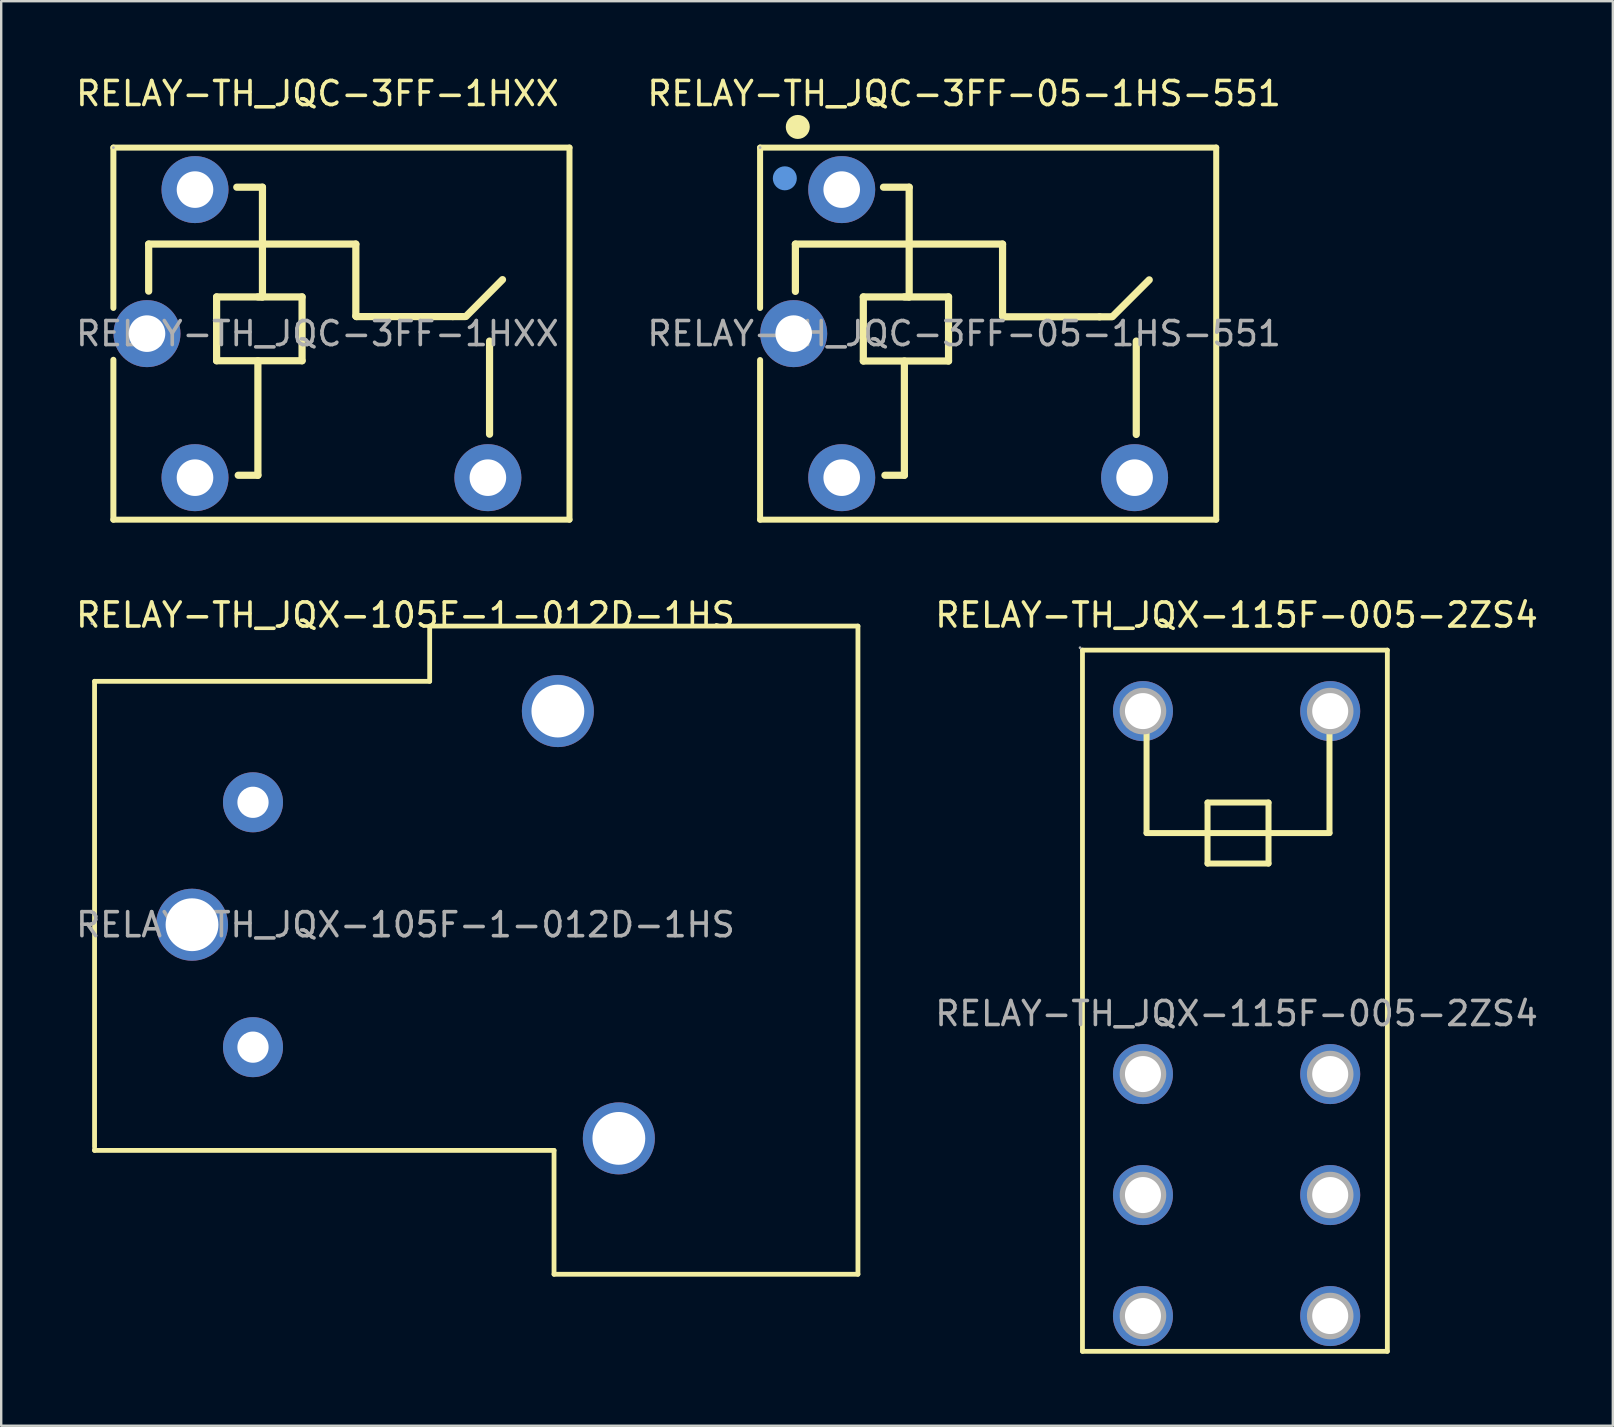
<source format=kicad_pcb>
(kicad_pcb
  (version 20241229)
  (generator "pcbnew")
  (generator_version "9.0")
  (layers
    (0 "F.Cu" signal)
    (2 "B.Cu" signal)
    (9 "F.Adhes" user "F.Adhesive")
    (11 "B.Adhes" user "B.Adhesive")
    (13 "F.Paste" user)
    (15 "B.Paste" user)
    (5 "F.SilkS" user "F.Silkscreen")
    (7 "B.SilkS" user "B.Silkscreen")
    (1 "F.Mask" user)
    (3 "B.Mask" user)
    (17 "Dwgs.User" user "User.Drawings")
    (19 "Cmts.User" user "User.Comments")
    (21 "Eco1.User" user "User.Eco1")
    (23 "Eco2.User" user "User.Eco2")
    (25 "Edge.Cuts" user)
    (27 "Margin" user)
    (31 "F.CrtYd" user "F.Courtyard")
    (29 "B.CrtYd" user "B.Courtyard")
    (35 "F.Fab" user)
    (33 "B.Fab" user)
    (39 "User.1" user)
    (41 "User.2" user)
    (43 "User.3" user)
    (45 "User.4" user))
  (footprint "RELAY-TH_JQX-115F-005-2ZS4"
    (layer "F.Cu")
    (at 48.462 39.172)
    (property "Reference" "RELAY-TH_JQX-115F-005-2ZS4" (at 0 -16.6 0) (layer "F.SilkS") (effects (font (size 1 1) (thickness 0.15))))
    (attr through_hole)
    (fp_line (start -6.42 -15.14) (end -6.42 14.07) (stroke (width 0.2) (type solid)) (layer "F.SilkS"))
    (fp_line (start -6.42 14.07) (end 6.28 14.07) (stroke (width 0.2) (type solid)) (layer "F.SilkS"))
    (fp_line (start -3.75 -12.6) (end -3.75 -7.52) (stroke (width 0.25) (type solid)) (layer "F.SilkS"))
    (fp_line (start -3.75 -7.52) (end 3.87 -7.52) (stroke (width 0.25) (type solid)) (layer "F.SilkS"))
    (fp_line (start -1.21 -8.79) (end -1.21 -6.25) (stroke (width 0.25) (type solid)) (layer "F.SilkS"))
    (fp_line (start -1.21 -6.25) (end 1.33 -6.25) (stroke (width 0.25) (type solid)) (layer "F.SilkS"))
    (fp_line (start 1.33 -8.79) (end -1.21 -8.79) (stroke (width 0.25) (type solid)) (layer "F.SilkS"))
    (fp_line (start 1.33 -6.25) (end 1.33 -8.79) (stroke (width 0.25) (type solid)) (layer "F.SilkS"))
    (fp_line (start 3.87 -7.52) (end 3.87 -12.6) (stroke (width 0.25) (type solid)) (layer "F.SilkS"))
    (fp_line (start 6.28 -15.14) (end -6.42 -15.14) (stroke (width 0.2) (type solid)) (layer "F.SilkS"))
    (fp_line (start 6.28 14.07) (end 6.28 -15.14) (stroke (width 0.2) (type solid)) (layer "F.SilkS"))
    (fp_circle (center -6.52 -15.24) (end -6.49 -15.24) (stroke (width 0.06) (type solid)) (fill no) (layer "F.Fab"))
    (fp_circle (center -3.9 -12.6) (end -3.58 -12.6) (stroke (width 0.65) (type solid)) (fill no) (layer "F.Fab"))
    (fp_circle (center -3.9 2.52) (end -3.58 2.52) (stroke (width 0.65) (type solid)) (fill no) (layer "F.Fab"))
    (fp_circle (center -3.9 7.56) (end -3.58 7.56) (stroke (width 0.65) (type solid)) (fill no) (layer "F.Fab"))
    (fp_circle (center -3.9 12.6) (end -3.58 12.6) (stroke (width 0.65) (type solid)) (fill no) (layer "F.Fab"))
    (fp_circle (center 3.9 -12.6) (end 4.22 -12.6) (stroke (width 0.65) (type solid)) (fill no) (layer "F.Fab"))
    (fp_circle (center 3.9 2.52) (end 4.22 2.52) (stroke (width 0.65) (type solid)) (fill no) (layer "F.Fab"))
    (fp_circle (center 3.9 7.56) (end 4.22 7.56) (stroke (width 0.65) (type solid)) (fill no) (layer "F.Fab"))
    (fp_circle (center 3.9 12.6) (end 4.22 12.6) (stroke (width 0.65) (type solid)) (fill no) (layer "F.Fab"))
    (fp_text user "${REFERENCE}" (at 0 0 0) (layer "F.Fab") (effects (font (size 1 1) (thickness 0.15))))
    (pad "1" thru_hole circle (at -3.9 -12.6 270) (size 2.5 2.5) (drill 1.5) (layers "*.Cu" "*.Paste" "*.Mask"))
    (pad "2" thru_hole circle (at 3.9 -12.6 270) (size 2.5 2.5) (drill 1.5) (layers "*.Cu" "*.Paste" "*.Mask"))
    (pad "3" thru_hole circle (at -3.9 2.52 270) (size 2.5 2.5) (drill 1.5) (layers "*.Cu" "*.Paste" "*.Mask"))
    (pad "4" thru_hole circle (at 3.9 2.52 270) (size 2.5 2.5) (drill 1.5) (layers "*.Cu" "*.Paste" "*.Mask"))
    (pad "5" thru_hole circle (at -3.9 7.56 270) (size 2.5 2.5) (drill 1.5) (layers "*.Cu" "*.Paste" "*.Mask"))
    (pad "6" thru_hole circle (at 3.9 7.56 270) (size 2.5 2.5) (drill 1.5) (layers "*.Cu" "*.Paste" "*.Mask"))
    (pad "7" thru_hole circle (at -3.9 12.6 270) (size 2.5 2.5) (drill 1.5) (layers "*.Cu" "*.Paste" "*.Mask"))
    (pad "8" thru_hole circle (at 3.9 12.6 270) (size 2.5 2.5) (drill 1.5) (layers "*.Cu" "*.Paste" "*.Mask")))
  (footprint "RELAY-TH_JQC-3FF-05-1HS-551"
    (layer "F.Cu")
    (at 37.113 10.848)
    (property "Reference" "RELAY-TH_JQC-3FF-05-1HS-551" (at 0 -10 0) (layer "F.SilkS") (effects (font (size 1 1) (thickness 0.15))))
    (attr through_hole)
    (fp_line (start -8.5 -1.07) (end -8.5 -7.75) (stroke (width 0.25) (type solid)) (layer "F.SilkS"))
    (fp_line (start -8.5 7.75) (end -8.5 1.1) (stroke (width 0.25) (type solid)) (layer "F.SilkS"))
    (fp_line (start -7.03 -3.73) (end 1.6 -3.73) (stroke (width 0.3) (type solid)) (layer "F.SilkS"))
    (fp_line (start -7.03 -1.76) (end -7.03 -3.73) (stroke (width 0.3) (type solid)) (layer "F.SilkS"))
    (fp_line (start -4.2 -1.53) (end -2.29 -1.53) (stroke (width 0.3) (type solid)) (layer "F.SilkS"))
    (fp_line (start -4.2 1.14) (end -4.2 -1.53) (stroke (width 0.3) (type solid)) (layer "F.SilkS"))
    (fp_line (start -3.3 5.9) (end -2.49 5.9) (stroke (width 0.3) (type solid)) (layer "F.SilkS"))
    (fp_line (start -2.49 -1.53) (end -0.65 -1.53) (stroke (width 0.3) (type solid)) (layer "F.SilkS"))
    (fp_line (start -2.49 5.9) (end -2.49 1.14) (stroke (width 0.3) (type solid)) (layer "F.SilkS"))
    (fp_line (start -2.29 -6.1) (end -3.36 -6.1) (stroke (width 0.3) (type solid)) (layer "F.SilkS"))
    (fp_line (start -2.29 -1.53) (end -2.29 -6.1) (stroke (width 0.3) (type solid)) (layer "F.SilkS"))
    (fp_line (start -0.65 -1.53) (end -0.65 1.14) (stroke (width 0.3) (type solid)) (layer "F.SilkS"))
    (fp_line (start -0.65 1.14) (end -4.2 1.14) (stroke (width 0.3) (type solid)) (layer "F.SilkS"))
    (fp_line (start 1.6 -3.73) (end 1.6 -0.73) (stroke (width 0.3) (type solid)) (layer "F.SilkS"))
    (fp_line (start 1.6 -0.73) (end 1.63 -0.7) (stroke (width 0.3) (type solid)) (layer "F.SilkS"))
    (fp_line (start 1.63 -0.7) (end 5.64 -0.7) (stroke (width 0.3) (type solid)) (layer "F.SilkS"))
    (fp_line (start 5.64 -0.7) (end 6.15 -0.7) (stroke (width 0.3) (type solid)) (layer "F.SilkS"))
    (fp_line (start 6.19 -0.72) (end 7.71 -2.24) (stroke (width 0.3) (type solid)) (layer "F.SilkS"))
    (fp_line (start 7.17 4.2) (end 7.17 0.31) (stroke (width 0.3) (type solid)) (layer "F.SilkS"))
    (fp_line (start 10.5 -7.75) (end -8.5 -7.75) (stroke (width 0.25) (type solid)) (layer "F.SilkS"))
    (fp_line (start 10.5 7.75) (end -8.5 7.75) (stroke (width 0.25) (type solid)) (layer "F.SilkS"))
    (fp_line (start 10.5 7.75) (end 10.5 -7.75) (stroke (width 0.25) (type solid)) (layer "F.SilkS"))
    (fp_circle (center -6.93 -8.61) (end -6.68 -8.61) (stroke (width 0.5) (type solid)) (fill no) (layer "F.SilkS"))
    (fp_circle (center -7.47 -6.47) (end -7.22 -6.47) (stroke (width 0.5) (type solid)) (fill no) (layer "Cmts.User"))
    (fp_circle (center -8.5 -7.75) (end -8.47 -7.75) (stroke (width 0.06) (type solid)) (fill no) (layer "F.Fab"))
    (fp_text user "${REFERENCE}" (at 0 0 0) (layer "F.Fab") (effects (font (size 1 1) (thickness 0.15))))
    (pad "1" thru_hole circle (at -5.1 -6 180) (size 2.79 2.79) (drill 1.524) (layers "*.Cu" "*.Paste" "*.Mask"))
    (pad "2" thru_hole circle (at -5.1 6 180) (size 2.79 2.79) (drill 1.524) (layers "*.Cu" "*.Paste" "*.Mask"))
    (pad "3" thru_hole circle (at 7.1 6 180) (size 2.79 2.79) (drill 1.524) (layers "*.Cu" "*.Paste" "*.Mask"))
    (pad "4" thru_hole circle (at -7.1 0 180) (size 2.79 2.79) (drill 1.524) (layers "*.Cu" "*.Paste" "*.Mask")))
  (footprint "RELAY-TH_JQX-105F-1-012D-1HS"
    (layer "F.Cu")
    (at 13.839 35.471)
    (property "Reference" "RELAY-TH_JQX-105F-1-012D-1HS" (at 0 -12.9 0) (layer "F.SilkS") (effects (font (size 1 1) (thickness 0.15))))
    (attr through_hole)
    (fp_line (start -12.95 -10.14) (end -12.95 9.26) (stroke (width 0.2) (type solid)) (layer "F.SilkS"))
    (fp_line (start -12.95 9.36) (end -12.95 9.4) (stroke (width 0.2) (type solid)) (layer "F.SilkS"))
    (fp_line (start -12.95 9.4) (end 6.19 9.4) (stroke (width 0.2) (type solid)) (layer "F.SilkS"))
    (fp_line (start 1.01 -12.44) (end 1.01 -10.14) (stroke (width 0.2) (type solid)) (layer "F.SilkS"))
    (fp_line (start 1.01 -10.14) (end -12.95 -10.14) (stroke (width 0.2) (type solid)) (layer "F.SilkS"))
    (fp_line (start 6.19 9.4) (end 6.19 14.56) (stroke (width 0.2) (type solid)) (layer "F.SilkS"))
    (fp_line (start 6.19 14.56) (end 18.85 14.56) (stroke (width 0.2) (type solid)) (layer "F.SilkS"))
    (fp_line (start 18.85 -12.44) (end 1.01 -12.44) (stroke (width 0.2) (type solid)) (layer "F.SilkS"))
    (fp_line (start 18.85 14.56) (end 18.85 -12.44) (stroke (width 0.2) (type solid)) (layer "F.SilkS"))
    (fp_circle (center -13.06 -12.55) (end -13.03 -12.55) (stroke (width 0.06) (type solid)) (fill no) (layer "F.Fab"))
    (fp_circle (center -8.89 0) (end -8.39 0) (stroke (width 1) (type solid)) (fill no) (layer "F.Fab"))
    (fp_circle (center -6.35 -5.1) (end -6.07 -5.1) (stroke (width 0.55) (type solid)) (fill no) (layer "F.Fab"))
    (fp_circle (center -6.35 5.1) (end -6.07 5.1) (stroke (width 0.55) (type solid)) (fill no) (layer "F.Fab"))
    (fp_circle (center 6.35 -8.9) (end 6.85 -8.9) (stroke (width 1) (type solid)) (fill no) (layer "F.Fab"))
    (fp_circle (center 8.89 8.9) (end 9.39 8.9) (stroke (width 1) (type solid)) (fill no) (layer "F.Fab"))
    (fp_text user "${REFERENCE}" (at 0 0 0) (layer "F.Fab") (effects (font (size 1 1) (thickness 0.15))))
    (pad "1" thru_hole circle (at -6.35 -5.1 270) (size 2.5 2.5) (drill 1.3) (layers "*.Cu" "*.Paste" "*.Mask"))
    (pad "2" thru_hole circle (at -6.35 5.1 270) (size 2.5 2.5) (drill 1.3) (layers "*.Cu" "*.Paste" "*.Mask"))
    (pad "3" thru_hole circle (at 8.89 8.9 270) (size 3 3) (drill 2.2) (layers "*.Cu" "*.Paste" "*.Mask"))
    (pad "4" thru_hole circle (at 6.35 -8.9 270) (size 3 3) (drill 2.2) (layers "*.Cu" "*.Paste" "*.Mask"))
    (pad "5" thru_hole circle (at -8.89 0 270) (size 3 3) (drill 2.2) (layers "*.Cu" "*.Paste" "*.Mask")))
  (footprint "RELAY-TH_JQC-3FF-1HXX"
    (layer "F.Cu")
    (at 10.173 10.848)
    (property "Reference" "RELAY-TH_JQC-3FF-1HXX" (at 0 -10 0) (layer "F.SilkS") (effects (font (size 1 1) (thickness 0.15))))
    (attr through_hole)
    (fp_line (start -8.5 -1.07) (end -8.5 -7.75) (stroke (width 0.25) (type solid)) (layer "F.SilkS"))
    (fp_line (start -8.5 7.75) (end -8.5 1.09) (stroke (width 0.25) (type solid)) (layer "F.SilkS"))
    (fp_line (start -7.03 -3.73) (end 1.6 -3.73) (stroke (width 0.3) (type solid)) (layer "F.SilkS"))
    (fp_line (start -7.03 -1.77) (end -7.03 -3.73) (stroke (width 0.3) (type solid)) (layer "F.SilkS"))
    (fp_line (start -4.2 -1.53) (end -2.29 -1.53) (stroke (width 0.3) (type solid)) (layer "F.SilkS"))
    (fp_line (start -4.2 1.13) (end -4.2 -1.53) (stroke (width 0.3) (type solid)) (layer "F.SilkS"))
    (fp_line (start -3.3 5.9) (end -2.48 5.9) (stroke (width 0.3) (type solid)) (layer "F.SilkS"))
    (fp_line (start -2.48 -1.53) (end -0.64 -1.53) (stroke (width 0.3) (type solid)) (layer "F.SilkS"))
    (fp_line (start -2.48 5.9) (end -2.48 1.13) (stroke (width 0.3) (type solid)) (layer "F.SilkS"))
    (fp_line (start -2.29 -6.1) (end -3.36 -6.1) (stroke (width 0.3) (type solid)) (layer "F.SilkS"))
    (fp_line (start -2.29 -1.53) (end -2.29 -6.1) (stroke (width 0.3) (type solid)) (layer "F.SilkS"))
    (fp_line (start -0.64 -1.53) (end -0.64 1.13) (stroke (width 0.3) (type solid)) (layer "F.SilkS"))
    (fp_line (start -0.64 1.13) (end -4.2 1.13) (stroke (width 0.3) (type solid)) (layer "F.SilkS"))
    (fp_line (start 1.6 -3.73) (end 1.6 -0.73) (stroke (width 0.3) (type solid)) (layer "F.SilkS"))
    (fp_line (start 1.6 -0.73) (end 1.63 -0.71) (stroke (width 0.3) (type solid)) (layer "F.SilkS"))
    (fp_line (start 1.63 -0.71) (end 5.64 -0.71) (stroke (width 0.3) (type solid)) (layer "F.SilkS"))
    (fp_line (start 5.64 -0.71) (end 6.15 -0.71) (stroke (width 0.3) (type solid)) (layer "F.SilkS"))
    (fp_line (start 6.19 -0.72) (end 7.71 -2.25) (stroke (width 0.3) (type solid)) (layer "F.SilkS"))
    (fp_line (start 7.17 4.19) (end 7.17 0.31) (stroke (width 0.3) (type solid)) (layer "F.SilkS"))
    (fp_line (start 10.5 -7.75) (end -8.5 -7.75) (stroke (width 0.25) (type solid)) (layer "F.SilkS"))
    (fp_line (start 10.5 7.75) (end -8.5 7.75) (stroke (width 0.25) (type solid)) (layer "F.SilkS"))
    (fp_line (start 10.5 7.75) (end 10.5 -7.75) (stroke (width 0.25) (type solid)) (layer "F.SilkS"))
    (fp_circle (center -8.5 -7.75) (end -8.47 -7.75) (stroke (width 0.06) (type solid)) (fill no) (layer "F.Fab"))
    (fp_text user "${REFERENCE}" (at 0 0 0) (layer "F.Fab") (effects (font (size 1 1) (thickness 0.15))))
    (pad "1" thru_hole circle (at -5.1 -6 180) (size 2.79 2.79) (drill 1.524) (layers "*.Cu" "*.Paste" "*.Mask"))
    (pad "2" thru_hole circle (at -5.1 6 180) (size 2.79 2.79) (drill 1.524) (layers "*.Cu" "*.Paste" "*.Mask"))
    (pad "3" thru_hole circle (at 7.1 6 180) (size 2.79 2.79) (drill 1.524) (layers "*.Cu" "*.Paste" "*.Mask"))
    (pad "4" thru_hole circle (at -7.1 0 180) (size 2.79 2.79) (drill 1.524) (layers "*.Cu" "*.Paste" "*.Mask")))
  (gr_rect
    (start -3 -3)
    (end 64.135 56.342)
    (stroke (width 0.1) (type default))
    (fill no)
    (layer "Edge.Cuts")))
</source>
